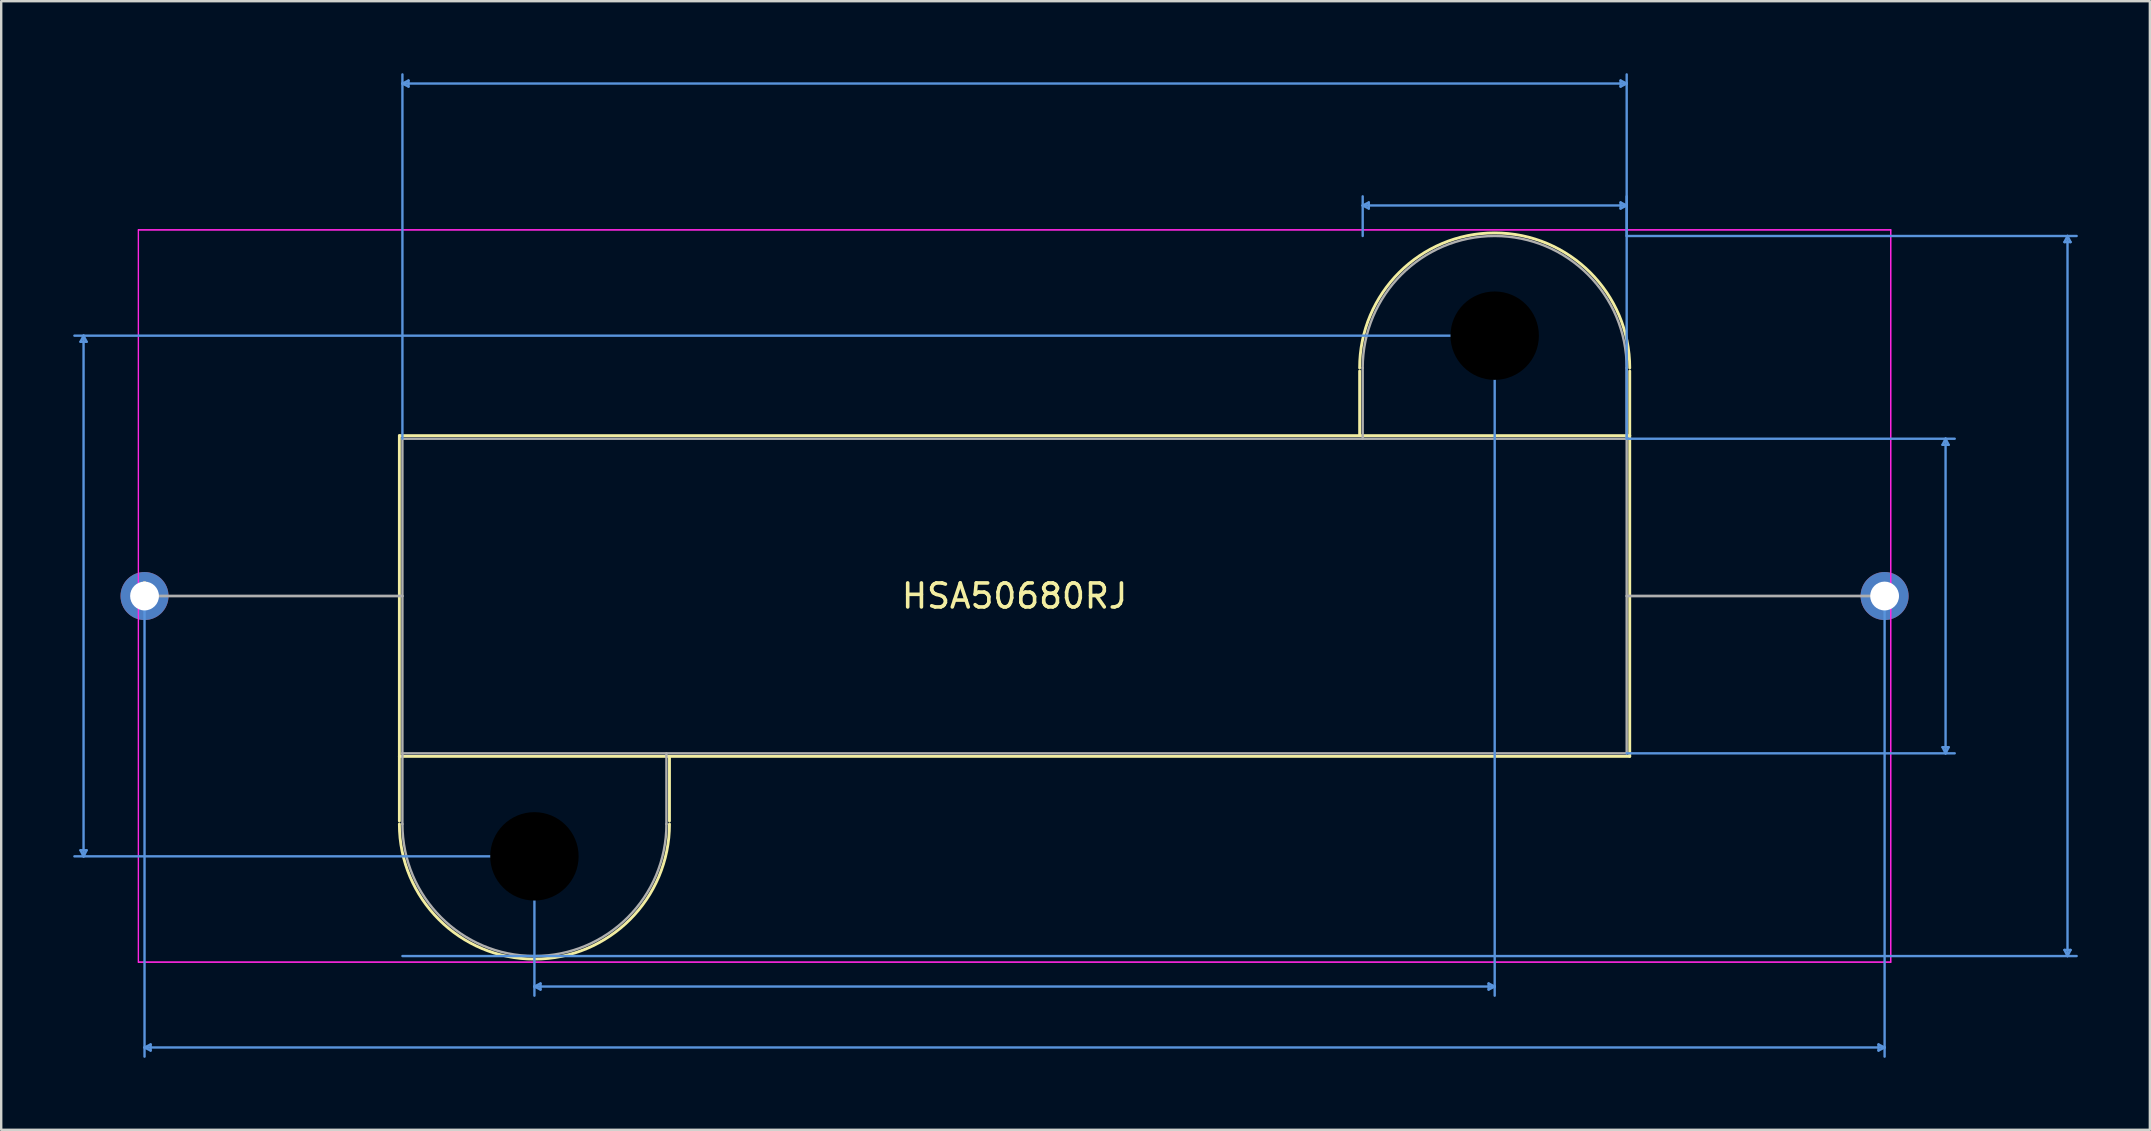
<source format=kicad_pcb>
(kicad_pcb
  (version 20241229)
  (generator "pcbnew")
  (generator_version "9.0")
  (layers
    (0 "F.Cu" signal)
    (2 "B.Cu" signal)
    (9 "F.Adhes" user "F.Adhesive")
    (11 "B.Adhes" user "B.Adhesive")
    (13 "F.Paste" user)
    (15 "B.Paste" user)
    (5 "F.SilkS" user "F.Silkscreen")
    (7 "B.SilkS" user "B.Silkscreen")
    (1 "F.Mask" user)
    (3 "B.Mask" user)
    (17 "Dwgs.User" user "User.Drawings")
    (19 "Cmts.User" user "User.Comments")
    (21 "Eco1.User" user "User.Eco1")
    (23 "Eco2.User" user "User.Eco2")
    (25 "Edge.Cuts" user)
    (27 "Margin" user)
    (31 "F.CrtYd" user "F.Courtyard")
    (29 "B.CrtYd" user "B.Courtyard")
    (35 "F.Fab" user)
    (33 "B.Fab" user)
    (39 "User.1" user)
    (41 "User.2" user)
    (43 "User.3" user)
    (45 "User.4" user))
  (footprint "HSA50680RJ"
    (layer "F.Cu")
    (at 2.971 21.78)
    (property "Reference" "HSA50680RJ" (at 36.246 0 0) (layer "F.SilkS") (effects (font (size 1 1) (thickness 0.15))))
    (attr through_hole)
    (fp_line (start 10.617 -6.68) (end 10.617 6.68) (stroke (width 0.12) (type solid)) (layer "F.SilkS"))
    (fp_line (start 10.617 6.68) (end 10.617 9.373) (stroke (width 0.12) (type solid)) (layer "F.SilkS"))
    (fp_line (start 10.617 6.68) (end 61.874 6.68) (stroke (width 0.12) (type solid)) (layer "F.SilkS"))
    (fp_line (start 21.869 9.373) (end 21.869 6.68) (stroke (width 0.12) (type solid)) (layer "F.SilkS"))
    (fp_line (start 50.622 -9.373) (end 50.622 -6.68) (stroke (width 0.12) (type solid)) (layer "F.SilkS"))
    (fp_line (start 61.874 -6.68) (end 10.617 -6.68) (stroke (width 0.12) (type solid)) (layer "F.SilkS"))
    (fp_line (start 61.874 -6.68) (end 61.874 -9.373) (stroke (width 0.12) (type solid)) (layer "F.SilkS"))
    (fp_line (start 61.874 6.68) (end 61.874 -6.68) (stroke (width 0.12) (type solid)) (layer "F.SilkS"))
    (fp_arc (start 21.8694 9.4996) (mid 16.2433 15.1257) (end 10.6172 9.4996) (stroke (width 0.12) (type solid)) (layer "F.SilkS"))
    (fp_arc (start 50.6222 -9.4996) (mid 56.2483 -15.1257) (end 61.8744 -9.4996) (stroke (width 0.12) (type solid)) (layer "F.SilkS"))
    (fp_line (start -2.667 -10.592) (end -2.413 -10.592) (stroke (width 0.1) (type solid)) (layer "Cmts.User"))
    (fp_line (start -2.667 10.592) (end -2.413 10.592) (stroke (width 0.1) (type solid)) (layer "Cmts.User"))
    (fp_line (start -2.54 -10.846) (end -2.667 -10.592) (stroke (width 0.1) (type solid)) (layer "Cmts.User"))
    (fp_line (start -2.54 -10.846) (end -2.54 10.846) (stroke (width 0.1) (type solid)) (layer "Cmts.User"))
    (fp_line (start -2.54 -10.846) (end -2.413 -10.592) (stroke (width 0.1) (type solid)) (layer "Cmts.User"))
    (fp_line (start -2.54 10.846) (end -2.667 10.592) (stroke (width 0.1) (type solid)) (layer "Cmts.User"))
    (fp_line (start -2.54 10.846) (end -2.413 10.592) (stroke (width 0.1) (type solid)) (layer "Cmts.User"))
    (fp_line (start 0 0) (end 0 19.19) (stroke (width 0.1) (type solid)) (layer "Cmts.User"))
    (fp_line (start 0 18.809) (end 0.254 18.682) (stroke (width 0.1) (type solid)) (layer "Cmts.User"))
    (fp_line (start 0 18.809) (end 0.254 18.936) (stroke (width 0.1) (type solid)) (layer "Cmts.User"))
    (fp_line (start 0 18.809) (end 72.492 18.809) (stroke (width 0.1) (type solid)) (layer "Cmts.User"))
    (fp_line (start 0.254 18.682) (end 0.254 18.936) (stroke (width 0.1) (type solid)) (layer "Cmts.User"))
    (fp_line (start 10.744 -21.349) (end 10.998 -21.476) (stroke (width 0.1) (type solid)) (layer "Cmts.User"))
    (fp_line (start 10.744 -21.349) (end 10.998 -21.222) (stroke (width 0.1) (type solid)) (layer "Cmts.User"))
    (fp_line (start 10.744 -21.349) (end 61.747 -21.349) (stroke (width 0.1) (type solid)) (layer "Cmts.User"))
    (fp_line (start 10.744 -6.553) (end 10.744 -21.73) (stroke (width 0.1) (type solid)) (layer "Cmts.User"))
    (fp_line (start 10.744 14.999) (end 80.493 14.999) (stroke (width 0.1) (type solid)) (layer "Cmts.User"))
    (fp_line (start 10.998 -21.476) (end 10.998 -21.222) (stroke (width 0.1) (type solid)) (layer "Cmts.User"))
    (fp_line (start 16.243 10.846) (end -2.921 10.846) (stroke (width 0.1) (type solid)) (layer "Cmts.User"))
    (fp_line (start 16.243 10.846) (end 16.243 16.65) (stroke (width 0.1) (type solid)) (layer "Cmts.User"))
    (fp_line (start 16.243 16.269) (end 16.497 16.142) (stroke (width 0.1) (type solid)) (layer "Cmts.User"))
    (fp_line (start 16.243 16.269) (end 16.497 16.396) (stroke (width 0.1) (type solid)) (layer "Cmts.User"))
    (fp_line (start 16.243 16.269) (end 56.248 16.269) (stroke (width 0.1) (type solid)) (layer "Cmts.User"))
    (fp_line (start 16.497 16.142) (end 16.497 16.396) (stroke (width 0.1) (type solid)) (layer "Cmts.User"))
    (fp_line (start 50.749 -16.269) (end 51.003 -16.396) (stroke (width 0.1) (type solid)) (layer "Cmts.User"))
    (fp_line (start 50.749 -16.269) (end 51.003 -16.142) (stroke (width 0.1) (type solid)) (layer "Cmts.User"))
    (fp_line (start 50.749 -16.269) (end 61.747 -16.269) (stroke (width 0.1) (type solid)) (layer "Cmts.User"))
    (fp_line (start 50.749 -14.999) (end 50.749 -16.65) (stroke (width 0.1) (type solid)) (layer "Cmts.User"))
    (fp_line (start 51.003 -16.396) (end 51.003 -16.142) (stroke (width 0.1) (type solid)) (layer "Cmts.User"))
    (fp_line (start 55.994 16.142) (end 55.994 16.396) (stroke (width 0.1) (type solid)) (layer "Cmts.User"))
    (fp_line (start 56.248 -10.846) (end -2.921 -10.846) (stroke (width 0.1) (type solid)) (layer "Cmts.User"))
    (fp_line (start 56.248 -10.846) (end 56.248 16.65) (stroke (width 0.1) (type solid)) (layer "Cmts.User"))
    (fp_line (start 56.248 16.269) (end 55.994 16.142) (stroke (width 0.1) (type solid)) (layer "Cmts.User"))
    (fp_line (start 56.248 16.269) (end 55.994 16.396) (stroke (width 0.1) (type solid)) (layer "Cmts.User"))
    (fp_line (start 61.493 -21.476) (end 61.493 -21.222) (stroke (width 0.1) (type solid)) (layer "Cmts.User"))
    (fp_line (start 61.493 -16.396) (end 61.493 -16.142) (stroke (width 0.1) (type solid)) (layer "Cmts.User"))
    (fp_line (start 61.747 -21.349) (end 61.493 -21.476) (stroke (width 0.1) (type solid)) (layer "Cmts.User"))
    (fp_line (start 61.747 -21.349) (end 61.493 -21.222) (stroke (width 0.1) (type solid)) (layer "Cmts.User"))
    (fp_line (start 61.747 -16.269) (end 61.493 -16.396) (stroke (width 0.1) (type solid)) (layer "Cmts.User"))
    (fp_line (start 61.747 -16.269) (end 61.493 -16.142) (stroke (width 0.1) (type solid)) (layer "Cmts.User"))
    (fp_line (start 61.747 -14.999) (end 61.747 -16.65) (stroke (width 0.1) (type solid)) (layer "Cmts.User"))
    (fp_line (start 61.747 -14.999) (end 80.493 -14.999) (stroke (width 0.1) (type solid)) (layer "Cmts.User"))
    (fp_line (start 61.747 -6.553) (end 61.747 -21.73) (stroke (width 0.1) (type solid)) (layer "Cmts.User"))
    (fp_line (start 61.747 -6.553) (end 75.413 -6.553) (stroke (width 0.1) (type solid)) (layer "Cmts.User"))
    (fp_line (start 61.747 6.553) (end 75.413 6.553) (stroke (width 0.1) (type solid)) (layer "Cmts.User"))
    (fp_line (start 72.238 18.682) (end 72.238 18.936) (stroke (width 0.1) (type solid)) (layer "Cmts.User"))
    (fp_line (start 72.492 0) (end 72.492 19.19) (stroke (width 0.1) (type solid)) (layer "Cmts.User"))
    (fp_line (start 72.492 18.809) (end 72.238 18.682) (stroke (width 0.1) (type solid)) (layer "Cmts.User"))
    (fp_line (start 72.492 18.809) (end 72.238 18.936) (stroke (width 0.1) (type solid)) (layer "Cmts.User"))
    (fp_line (start 74.905 -6.299) (end 75.159 -6.299) (stroke (width 0.1) (type solid)) (layer "Cmts.User"))
    (fp_line (start 74.905 6.299) (end 75.159 6.299) (stroke (width 0.1) (type solid)) (layer "Cmts.User"))
    (fp_line (start 75.032 -6.553) (end 74.905 -6.299) (stroke (width 0.1) (type solid)) (layer "Cmts.User"))
    (fp_line (start 75.032 -6.553) (end 75.032 6.553) (stroke (width 0.1) (type solid)) (layer "Cmts.User"))
    (fp_line (start 75.032 -6.553) (end 75.159 -6.299) (stroke (width 0.1) (type solid)) (layer "Cmts.User"))
    (fp_line (start 75.032 6.553) (end 74.905 6.299) (stroke (width 0.1) (type solid)) (layer "Cmts.User"))
    (fp_line (start 75.032 6.553) (end 75.159 6.299) (stroke (width 0.1) (type solid)) (layer "Cmts.User"))
    (fp_line (start 79.985 -14.745) (end 80.239 -14.745) (stroke (width 0.1) (type solid)) (layer "Cmts.User"))
    (fp_line (start 79.985 14.745) (end 80.239 14.745) (stroke (width 0.1) (type solid)) (layer "Cmts.User"))
    (fp_line (start 80.112 -14.999) (end 79.985 -14.745) (stroke (width 0.1) (type solid)) (layer "Cmts.User"))
    (fp_line (start 80.112 -14.999) (end 80.112 14.999) (stroke (width 0.1) (type solid)) (layer "Cmts.User"))
    (fp_line (start 80.112 -14.999) (end 80.239 -14.745) (stroke (width 0.1) (type solid)) (layer "Cmts.User"))
    (fp_line (start 80.112 14.999) (end 79.985 14.745) (stroke (width 0.1) (type solid)) (layer "Cmts.User"))
    (fp_line (start 80.112 14.999) (end 80.239 14.745) (stroke (width 0.1) (type solid)) (layer "Cmts.User"))
    (fp_line (start -0.254 -15.253) (end 72.746 -15.253) (stroke (width 0.05) (type solid)) (layer "F.CrtYd"))
    (fp_line (start -0.254 -15.253) (end 72.746 -15.253) (stroke (width 0.05) (type solid)) (layer "F.CrtYd"))
    (fp_line (start -0.254 15.253) (end -0.254 -15.253) (stroke (width 0.05) (type solid)) (layer "F.CrtYd"))
    (fp_line (start -0.254 15.253) (end -0.254 -15.253) (stroke (width 0.05) (type solid)) (layer "F.CrtYd"))
    (fp_line (start 72.746 -15.253) (end 72.746 15.253) (stroke (width 0.05) (type solid)) (layer "F.CrtYd"))
    (fp_line (start 72.746 -15.253) (end 72.746 15.253) (stroke (width 0.05) (type solid)) (layer "F.CrtYd"))
    (fp_line (start 72.746 15.253) (end -0.254 15.253) (stroke (width 0.05) (type solid)) (layer "F.CrtYd"))
    (fp_line (start 72.746 15.253) (end -0.254 15.253) (stroke (width 0.05) (type solid)) (layer "F.CrtYd"))
    (fp_line (start 0 0) (end 0 0) (stroke (width 0.1) (type solid)) (layer "F.Fab"))
    (fp_line (start 0 0) (end 10.744 0) (stroke (width 0.1) (type solid)) (layer "F.Fab"))
    (fp_line (start 10.744 -6.553) (end 10.744 6.553) (stroke (width 0.1) (type solid)) (layer "F.Fab"))
    (fp_line (start 10.744 0) (end 0 0) (stroke (width 0.1) (type solid)) (layer "F.Fab"))
    (fp_line (start 10.744 6.553) (end 10.744 9.5) (stroke (width 0.1) (type solid)) (layer "F.Fab"))
    (fp_line (start 10.744 6.553) (end 61.747 6.553) (stroke (width 0.1) (type solid)) (layer "F.Fab"))
    (fp_line (start 21.742 9.5) (end 21.742 6.553) (stroke (width 0.1) (type solid)) (layer "F.Fab"))
    (fp_line (start 50.749 -9.5) (end 50.749 -6.553) (stroke (width 0.1) (type solid)) (layer "F.Fab"))
    (fp_line (start 61.747 -6.553) (end 10.744 -6.553) (stroke (width 0.1) (type solid)) (layer "F.Fab"))
    (fp_line (start 61.747 -6.553) (end 61.747 -9.5) (stroke (width 0.1) (type solid)) (layer "F.Fab"))
    (fp_line (start 61.747 0) (end 72.492 0) (stroke (width 0.1) (type solid)) (layer "F.Fab"))
    (fp_line (start 61.747 6.553) (end 61.747 -6.553) (stroke (width 0.1) (type solid)) (layer "F.Fab"))
    (fp_line (start 72.492 0) (end 61.747 0) (stroke (width 0.1) (type solid)) (layer "F.Fab"))
    (fp_line (start 72.492 0) (end 72.492 0) (stroke (width 0.1) (type solid)) (layer "F.Fab"))
    (fp_arc (start 21.7424 9.4996) (mid 16.2433 14.9987) (end 10.7442 9.4996) (stroke (width 0.1) (type solid)) (layer "F.Fab"))
    (fp_arc (start 50.7492 -9.4996) (mid 56.2483 -14.9987) (end 61.7474 -9.4996) (stroke (width 0.1) (type solid)) (layer "F.Fab"))
    (fp_text user "*" (at 0 0 0) (layer "F.SilkS") (effects (font (size 1 1) (thickness 0.15))))
    (fp_text user "Copyright 2021 Accelerated Designs. All rights reserved." (at 0 0 0) (layer "Cmts.User") (effects (font (size 0.127 0.127) (thickness 0.002))))
    (fp_text user "*" (at 0 0 0) (layer "F.Fab") (effects (font (size 1 1) (thickness 0.15))))
    (pad "" np_thru_hole circle (at 16.243 10.846) (size 4.191 4.191) (drill 3.683) (layers))
    (pad "" np_thru_hole circle (at 56.248 -10.846) (size 4.191 4.191) (drill 3.683) (layers))
    (pad "1" thru_hole circle (at 0 0) (size 2 2) (drill 1.2) (layers "*.Cu" "*.Mask"))
    (pad "2" thru_hole circle (at 72.492 0) (size 2 2) (drill 1.2) (layers "*.Cu" "*.Mask")))
  (gr_rect
    (start -3 -3)
    (end 86.514 44.019)
    (stroke (width 0.1) (type default))
    (fill no)
    (layer "Edge.Cuts")))
</source>
